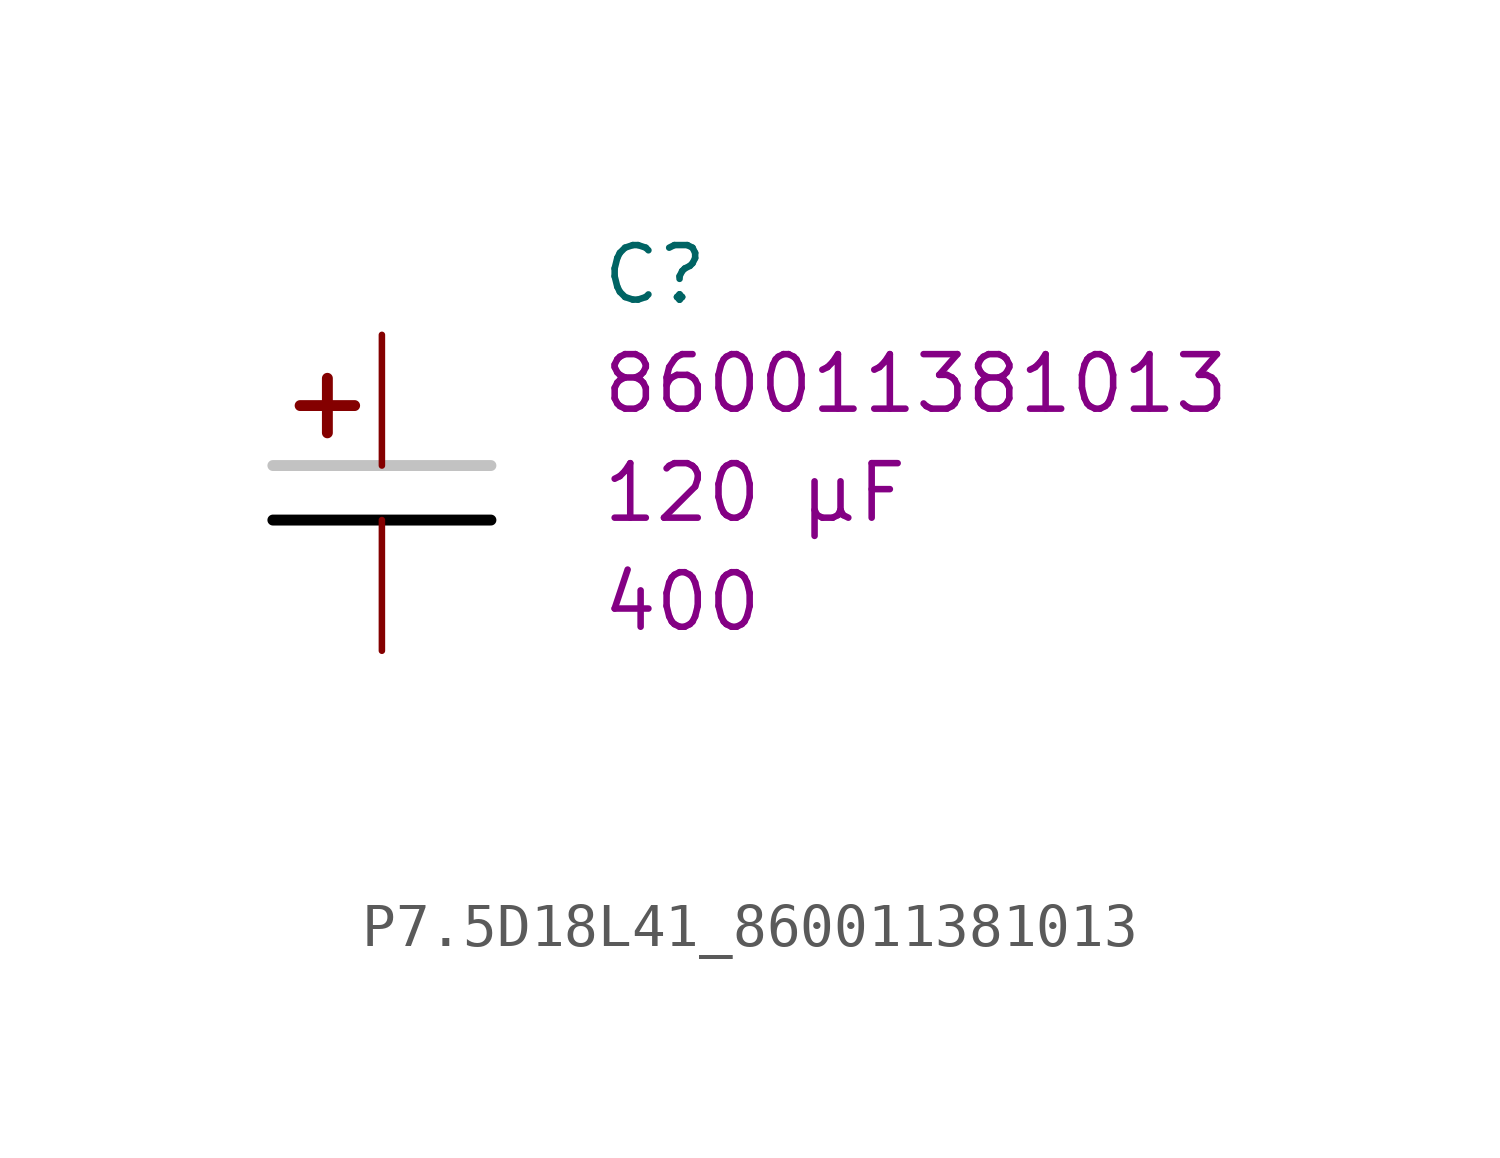
<source format=kicad_sym>
(kicad_symbol_lib
  (version 20220914)
  (generator kicad_symbol_editor)
  (symbol "P7.5D18L41_860011381013"
    (pin_numbers hide)
    (pin_names hide)
    (property "Reference" "C"
      (at 5.08 5.08 0)
      (effects (font (size 1.27 1.27)) (justify left)))
    (property "Part Number" "860011381013"
      (at 5.08 2.54 0)
      (effects (font (size 1.27 1.27)) (justify left)))
    (property "Capacitance" "120 µF"
      (at 5.08 0 0)
      (effects (font (size 1.27 1.27)) (justify left)))
    (property "Voltage" "400"
      (at 5.08 -2.54 0)
      (effects (font (size 1.27 1.27)) (justify left)))
    (property "Critical Parameter" ""
      (at 0 -7.62 0)
      (effects (font (size 1.27 1.27))))
    (symbol "P7.5D18L41_860011381013_1_1"
      (polyline (pts (xy -1.27 2.667) (xy -1.27 1.397)) (stroke (width 0.254) (type default)) (fill (type none)))
      (polyline (pts (xy -0.635 2.032) (xy -1.905 2.032)) (stroke (width 0.254) (type default)) (fill (type none)))
      (polyline (pts (xy 2.54 -0.635) (xy -2.54 -0.635)) (stroke (width 0.254) (type default) (color 0 0 0 1)) (fill (type none)))
      (polyline (pts (xy 2.54 0.635) (xy -2.54 0.635)) (stroke (width 0.254) (type default) (color 194 194 194 1)) (fill (type none)))
      (pin passive line (at 0 3.679 270) (length 3.044) (name "1" (effects (font (size 1.27 1.27)))) (number "1" (effects (font (size 1.27 1.27)))))
      (pin passive line (at 0 -3.679 90) (length 3.044) (name "2" (effects (font (size 1.27 1.27)))) (number "2" (effects (font (size 1.27 1.27))))))))
</source>
